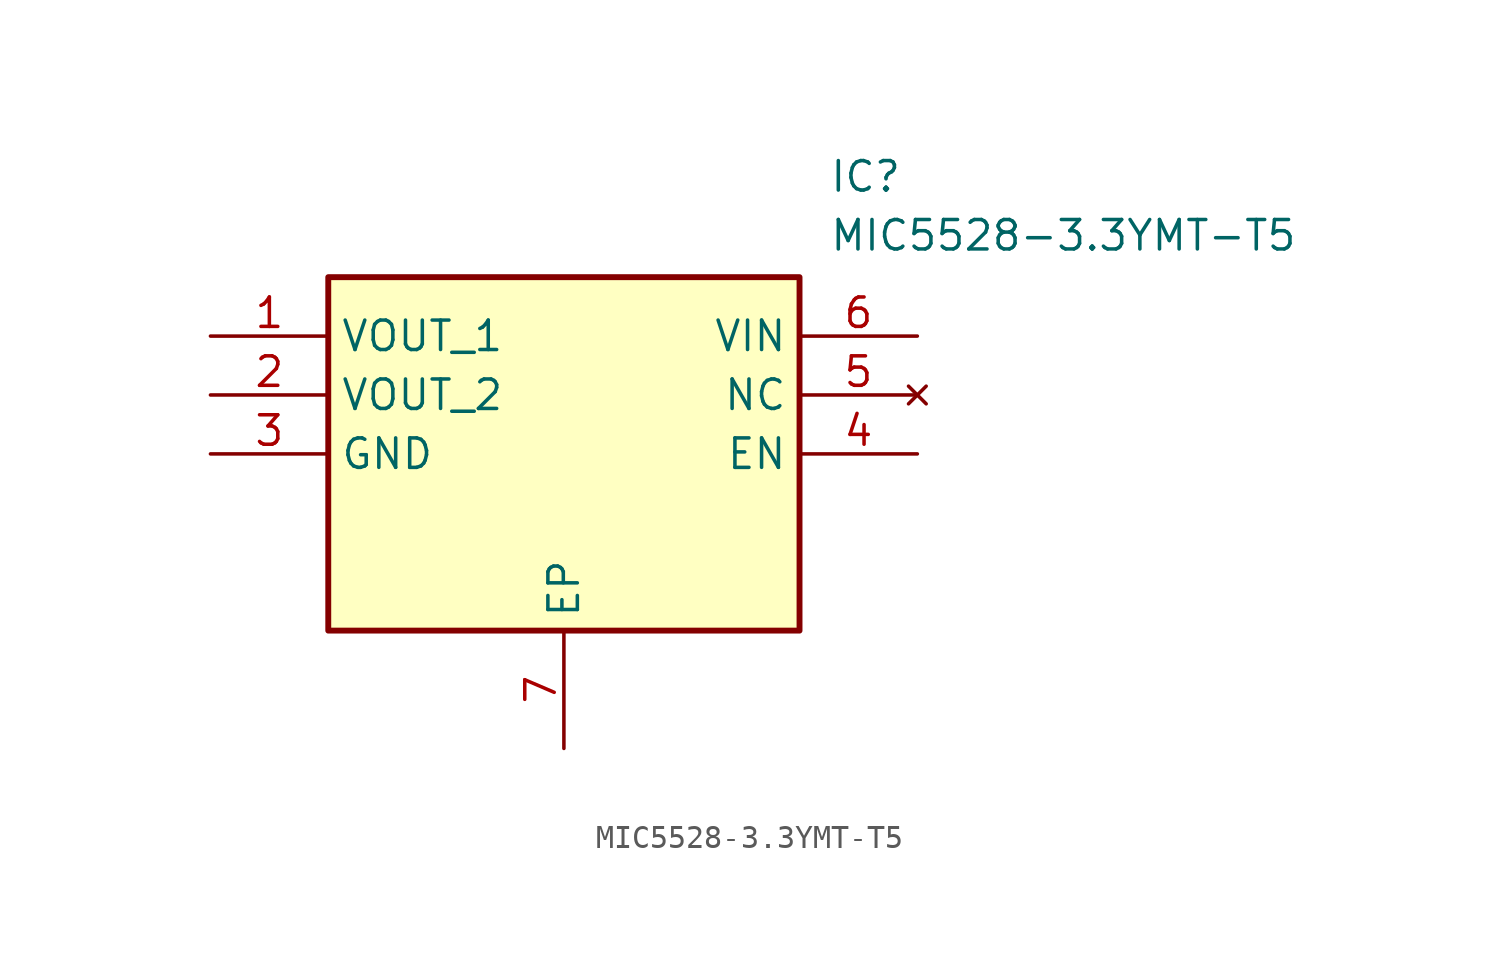
<source format=kicad_sym>
(kicad_symbol_lib
  (version 20211014)
  (generator SamacSys_ECAD_Model)
  (symbol "MIC5528-3.3YMT-T5"
    (property "Reference" "IC"
      (at 26.67 7.62 0)
      (effects (font (size 1.27 1.27)) (justify left top)))
    (property "Value" "MIC5528-3.3YMT-T5"
      (at 26.67 5.08 0)
      (effects (font (size 1.27 1.27)) (justify left top)))
    (rectangle
      (start 5.08 2.54)
      (end 25.4 -12.7)
      (stroke (width 0.254) (type default))
      (fill (type background)))
    (pin passive line
      (at 0 0 0)
      (length 5.08)
      (name "VOUT_1" (effects (font (size 1.27 1.27))))
      (number "1" (effects (font (size 1.27 1.27)))))
    (pin passive line
      (at 0 -2.54 0)
      (length 5.08)
      (name "VOUT_2" (effects (font (size 1.27 1.27))))
      (number "2" (effects (font (size 1.27 1.27)))))
    (pin passive line
      (at 0 -5.08 0)
      (length 5.08)
      (name "GND" (effects (font (size 1.27 1.27))))
      (number "3" (effects (font (size 1.27 1.27)))))
    (pin passive line
      (at 15.24 -17.78 90)
      (length 5.08)
      (name "EP" (effects (font (size 1.27 1.27))))
      (number "7" (effects (font (size 1.27 1.27)))))
    (pin passive line
      (at 30.48 0 180)
      (length 5.08)
      (name "VIN" (effects (font (size 1.27 1.27))))
      (number "6" (effects (font (size 1.27 1.27)))))
    (pin no_connect line
      (at 30.48 -2.54 180)
      (length 5.08)
      (name "NC" (effects (font (size 1.27 1.27))))
      (number "5" (effects (font (size 1.27 1.27)))))
    (pin passive line
      (at 30.48 -5.08 180)
      (length 5.08)
      (name "EN" (effects (font (size 1.27 1.27))))
      (number "4" (effects (font (size 1.27 1.27)))))))
</source>
